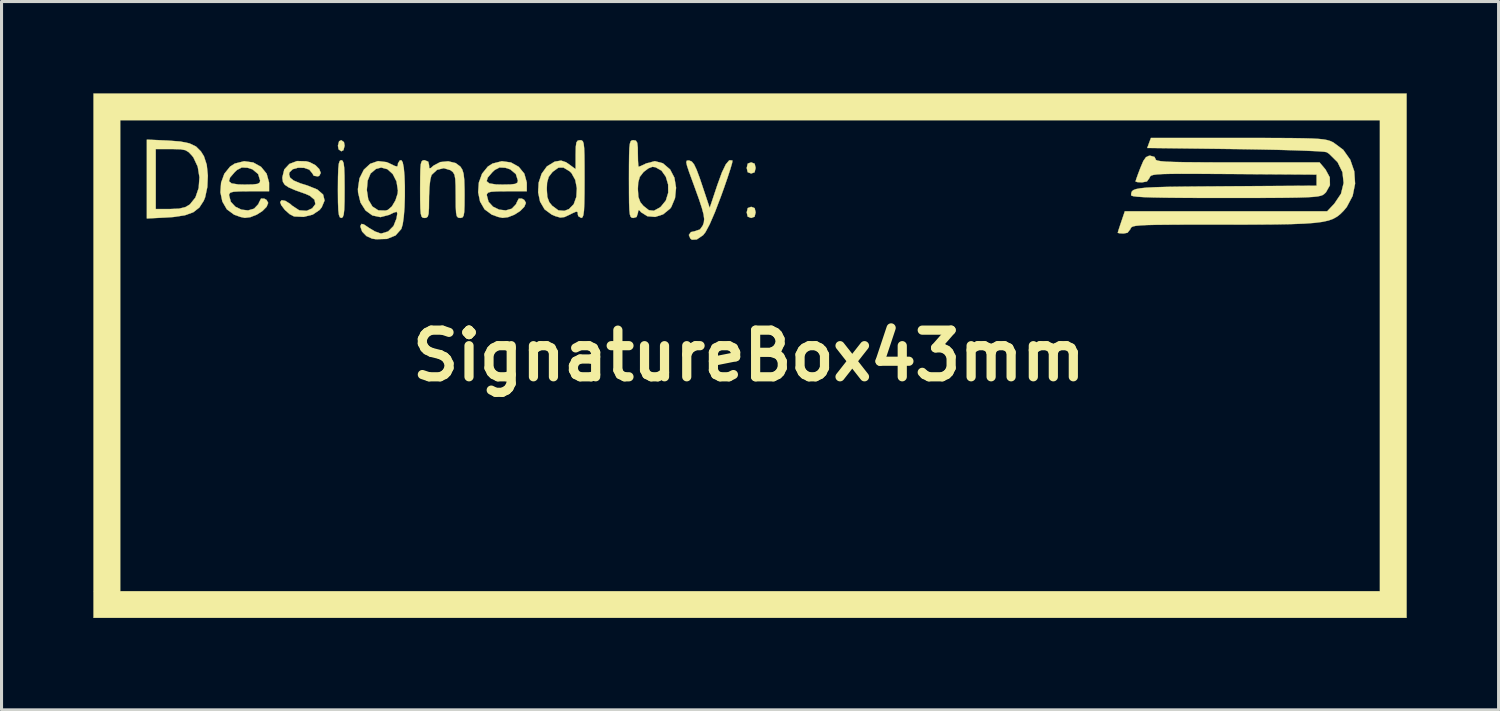
<source format=kicad_pcb>
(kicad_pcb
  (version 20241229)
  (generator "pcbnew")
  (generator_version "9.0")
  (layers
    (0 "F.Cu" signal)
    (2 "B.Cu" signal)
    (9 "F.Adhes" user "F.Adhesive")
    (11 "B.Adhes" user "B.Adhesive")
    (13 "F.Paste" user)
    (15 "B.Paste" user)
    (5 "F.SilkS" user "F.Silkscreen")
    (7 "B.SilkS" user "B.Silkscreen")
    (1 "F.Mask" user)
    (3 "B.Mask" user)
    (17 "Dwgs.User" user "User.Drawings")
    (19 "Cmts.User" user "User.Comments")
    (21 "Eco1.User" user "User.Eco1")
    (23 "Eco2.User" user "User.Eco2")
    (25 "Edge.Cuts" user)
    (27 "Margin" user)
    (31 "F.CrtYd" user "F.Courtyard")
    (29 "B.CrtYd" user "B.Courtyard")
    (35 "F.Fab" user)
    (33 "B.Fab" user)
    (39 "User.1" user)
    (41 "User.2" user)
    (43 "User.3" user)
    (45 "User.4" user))
  (footprint "SignatureBox43mm"
    (layer "F.Cu")
    (at 21.414 8.568)
    (property "Reference" "SignatureBox43mm" (at 0 0 0) (layer "F.SilkS") (effects (font (size 1.524 1.524) (thickness 0.3))))
    (attr through_hole)
    (fp_poly (pts (xy -13.229 -6.976) (xy -13.208 -6.858) (xy -13.246 -6.712) (xy -13.317 -6.677) (xy -13.404 -6.74) (xy -13.426 -6.858) (xy -13.388 -7.004) (xy -13.317 -7.039) (xy -13.229 -6.976)) (stroke (width 0.01) (type solid)) (fill yes) (layer "F.SilkS"))
    (fp_poly (pts (xy 0.186 -6.271) (xy 0.218 -6.132) (xy 0.184 -5.99) (xy 0.073 -5.951) (xy -0.041 -5.993) (xy -0.073 -6.132) (xy -0.039 -6.275) (xy 0.073 -6.314) (xy 0.186 -6.271)) (stroke (width 0.01) (type solid)) (fill yes) (layer "F.SilkS"))
    (fp_poly (pts (xy 0.186 -4.82) (xy 0.218 -4.681) (xy 0.184 -4.539) (xy 0.073 -4.499) (xy -0.041 -4.542) (xy -0.073 -4.681) (xy -0.039 -4.823) (xy 0.073 -4.862) (xy 0.186 -4.82)) (stroke (width 0.01) (type solid)) (fill yes) (layer "F.SilkS"))
    (fp_poly (pts (xy 21.481 8.563) (xy -21.409 8.563) (xy -21.409 -7.693) (xy -20.538 -7.693) (xy -20.538 7.693) (xy 20.61 7.693) (xy 20.61 -7.693) (xy -20.538 -7.693) (xy -21.409 -7.693) (xy -21.409 -8.563) (xy 21.481 -8.563) (xy 21.481 8.563)) (stroke (width 0.01) (type solid)) (fill yes) (layer "F.SilkS"))
    (fp_poly (pts (xy -13.272 -6.365) (xy -13.24 -6.288) (xy -13.221 -6.133) (xy -13.211 -5.878) (xy -13.208 -5.503) (xy -13.208 -5.443) (xy -13.21 -5.05) (xy -13.219 -4.781) (xy -13.237 -4.613) (xy -13.267 -4.527) (xy -13.31 -4.5) (xy -13.317 -4.499) (xy -13.362 -4.52) (xy -13.393 -4.598) (xy -13.413 -4.753) (xy -13.423 -5.008) (xy -13.426 -5.383) (xy -13.426 -5.443) (xy -13.423 -5.836) (xy -13.414 -6.105) (xy -13.396 -6.272) (xy -13.367 -6.359) (xy -13.324 -6.386) (xy -13.317 -6.386) (xy -13.272 -6.365)) (stroke (width 0.01) (type solid)) (fill yes) (layer "F.SilkS"))
    (fp_poly (pts (xy -18.988 -7.027) (xy -18.575 -6.996) (xy -18.276 -6.935) (xy -18.061 -6.832) (xy -17.902 -6.674) (xy -17.802 -6.513) (xy -17.711 -6.235) (xy -17.675 -5.881) (xy -17.692 -5.509) (xy -17.763 -5.176) (xy -17.81 -5.059) (xy -17.953 -4.839) (xy -18.15 -4.685) (xy -18.425 -4.586) (xy -18.805 -4.529) (xy -19.032 -4.514) (xy -19.667 -4.482) (xy -19.667 -6.749) (xy -19.377 -6.749) (xy -19.377 -4.79) (xy -18.915 -4.79) (xy -18.615 -4.803) (xy -18.411 -4.852) (xy -18.263 -4.939) (xy -18.08 -5.168) (xy -17.974 -5.478) (xy -17.949 -5.828) (xy -18.005 -6.173) (xy -18.145 -6.473) (xy -18.19 -6.531) (xy -18.299 -6.647) (xy -18.409 -6.713) (xy -18.567 -6.742) (xy -18.816 -6.749) (xy -18.875 -6.749) (xy -19.377 -6.749) (xy -19.667 -6.749) (xy -19.667 -7.057) (xy -18.988 -7.027)) (stroke (width 0.01) (type solid)) (fill yes) (layer "F.SilkS"))
    (fp_poly (pts (xy -0.55 -6.379) (xy -0.539 -6.369) (xy -0.551 -6.292) (xy -0.606 -6.103) (xy -0.696 -5.825) (xy -0.815 -5.481) (xy -0.91 -5.217) (xy -1.112 -4.686) (xy -1.283 -4.292) (xy -1.42 -4.035) (xy -1.497 -3.937) (xy -1.703 -3.797) (xy -1.861 -3.788) (xy -1.911 -3.822) (xy -1.963 -3.943) (xy -1.895 -4.037) (xy -1.776 -4.064) (xy -1.599 -4.123) (xy -1.509 -4.25) (xy -1.473 -4.35) (xy -1.462 -4.463) (xy -1.481 -4.612) (xy -1.536 -4.819) (xy -1.63 -5.106) (xy -1.771 -5.497) (xy -1.839 -5.684) (xy -1.955 -6.001) (xy -2.023 -6.205) (xy -2.047 -6.32) (xy -2.031 -6.37) (xy -1.978 -6.377) (xy -1.946 -6.373) (xy -1.867 -6.34) (xy -1.793 -6.249) (xy -1.711 -6.077) (xy -1.608 -5.802) (xy -1.536 -5.588) (xy -1.282 -4.826) (xy -1.032 -5.575) (xy -0.884 -5.983) (xy -0.755 -6.251) (xy -0.644 -6.381) (xy -0.55 -6.379)) (stroke (width 0.01) (type solid)) (fill yes) (layer "F.SilkS"))
    (fp_poly (pts (xy -14.462 -6.349) (xy -14.347 -6.319) (xy -14.162 -6.223) (xy -14.036 -6.096) (xy -13.987 -5.969) (xy -14.035 -5.876) (xy -14.081 -5.857) (xy -14.214 -5.877) (xy -14.263 -5.958) (xy -14.361 -6.077) (xy -14.533 -6.137) (xy -14.729 -6.14) (xy -14.904 -6.09) (xy -15.01 -5.987) (xy -15.022 -5.925) (xy -14.989 -5.815) (xy -14.873 -5.721) (xy -14.652 -5.629) (xy -14.425 -5.559) (xy -14.1 -5.428) (xy -13.911 -5.264) (xy -13.862 -5.069) (xy -13.955 -4.848) (xy -14.024 -4.761) (xy -14.247 -4.609) (xy -14.546 -4.534) (xy -14.858 -4.548) (xy -15.003 -4.623) (xy -15.159 -4.762) (xy -15.277 -4.917) (xy -15.313 -5.017) (xy -15.264 -5.079) (xy -15.144 -5.057) (xy -14.989 -4.961) (xy -14.92 -4.899) (xy -14.689 -4.748) (xy -14.446 -4.731) (xy -14.266 -4.813) (xy -14.162 -4.95) (xy -14.191 -5.094) (xy -14.344 -5.224) (xy -14.478 -5.283) (xy -14.813 -5.402) (xy -15.032 -5.496) (xy -15.161 -5.582) (xy -15.222 -5.676) (xy -15.24 -5.795) (xy -15.24 -5.83) (xy -15.178 -6.083) (xy -15.01 -6.264) (xy -14.762 -6.357) (xy -14.462 -6.349)) (stroke (width 0.01) (type solid)) (fill yes) (layer "F.SilkS"))
    (fp_poly (pts (xy -16.193 -6.311) (xy -15.938 -6.169) (xy -15.755 -5.945) (xy -15.676 -5.658) (xy -15.675 -5.619) (xy -15.675 -5.37) (xy -16.329 -5.37) (xy -16.641 -5.367) (xy -16.835 -5.355) (xy -16.938 -5.327) (xy -16.978 -5.279) (xy -16.982 -5.241) (xy -16.925 -5.026) (xy -16.777 -4.866) (xy -16.577 -4.77) (xy -16.361 -4.745) (xy -16.165 -4.802) (xy -16.026 -4.949) (xy -16.002 -5.007) (xy -15.937 -5.132) (xy -15.834 -5.13) (xy -15.758 -5.088) (xy -15.704 -4.991) (xy -15.756 -4.863) (xy -15.889 -4.728) (xy -16.075 -4.608) (xy -16.286 -4.525) (xy -16.466 -4.502) (xy -16.61 -4.532) (xy -16.803 -4.601) (xy -16.821 -4.609) (xy -17.054 -4.781) (xy -17.201 -5.036) (xy -17.264 -5.337) (xy -17.242 -5.651) (xy -17.224 -5.699) (xy -16.986 -5.699) (xy -16.898 -5.627) (xy -16.679 -5.593) (xy -16.474 -5.588) (xy -16.205 -5.593) (xy -16.051 -5.612) (xy -15.981 -5.653) (xy -15.966 -5.719) (xy -16.032 -5.933) (xy -16.215 -6.086) (xy -16.378 -6.139) (xy -16.567 -6.148) (xy -16.722 -6.067) (xy -16.795 -5.999) (xy -16.949 -5.82) (xy -16.986 -5.699) (xy -17.224 -5.699) (xy -17.136 -5.943) (xy -16.947 -6.177) (xy -16.795 -6.275) (xy -16.489 -6.352) (xy -16.193 -6.311)) (stroke (width 0.01) (type solid)) (fill yes) (layer "F.SilkS"))
    (fp_poly (pts (xy -10.476 -6.337) (xy -10.45 -6.23) (xy -10.443 -6.124) (xy -10.398 -6.126) (xy -10.299 -6.21) (xy -10.084 -6.324) (xy -9.825 -6.35) (xy -9.58 -6.291) (xy -9.427 -6.177) (xy -9.362 -6.075) (xy -9.321 -5.939) (xy -9.299 -5.736) (xy -9.29 -5.436) (xy -9.289 -5.253) (xy -9.291 -4.916) (xy -9.3 -4.697) (xy -9.321 -4.572) (xy -9.359 -4.515) (xy -9.418 -4.5) (xy -9.434 -4.499) (xy -9.5 -4.509) (xy -9.543 -4.557) (xy -9.566 -4.668) (xy -9.577 -4.87) (xy -9.579 -5.187) (xy -9.579 -5.223) (xy -9.582 -5.556) (xy -9.593 -5.774) (xy -9.618 -5.909) (xy -9.666 -5.992) (xy -9.741 -6.053) (xy -9.751 -6.06) (xy -9.968 -6.125) (xy -10.188 -6.071) (xy -10.359 -5.912) (xy -10.373 -5.887) (xy -10.409 -5.75) (xy -10.436 -5.512) (xy -10.449 -5.218) (xy -10.45 -5.121) (xy -10.453 -4.82) (xy -10.465 -4.635) (xy -10.494 -4.539) (xy -10.546 -4.504) (xy -10.595 -4.499) (xy -10.655 -4.507) (xy -10.695 -4.547) (xy -10.72 -4.641) (xy -10.734 -4.813) (xy -10.74 -5.085) (xy -10.741 -5.443) (xy -10.739 -5.828) (xy -10.733 -6.091) (xy -10.719 -6.255) (xy -10.692 -6.344) (xy -10.65 -6.38) (xy -10.595 -6.386) (xy -10.476 -6.337)) (stroke (width 0.01) (type solid)) (fill yes) (layer "F.SilkS"))
    (fp_poly (pts (xy -7.774 -6.311) (xy -7.52 -6.169) (xy -7.337 -5.945) (xy -7.258 -5.658) (xy -7.257 -5.619) (xy -7.257 -5.37) (xy -7.91 -5.37) (xy -8.223 -5.367) (xy -8.417 -5.355) (xy -8.52 -5.327) (xy -8.559 -5.279) (xy -8.563 -5.241) (xy -8.506 -5.026) (xy -8.359 -4.866) (xy -8.159 -4.77) (xy -7.942 -4.745) (xy -7.746 -4.802) (xy -7.607 -4.949) (xy -7.584 -5.007) (xy -7.518 -5.132) (xy -7.416 -5.13) (xy -7.34 -5.088) (xy -7.285 -4.991) (xy -7.338 -4.863) (xy -7.471 -4.728) (xy -7.657 -4.608) (xy -7.867 -4.525) (xy -8.048 -4.502) (xy -8.191 -4.532) (xy -8.384 -4.601) (xy -8.403 -4.609) (xy -8.636 -4.781) (xy -8.783 -5.036) (xy -8.845 -5.337) (xy -8.823 -5.651) (xy -8.806 -5.699) (xy -8.568 -5.699) (xy -8.48 -5.627) (xy -8.261 -5.593) (xy -8.055 -5.588) (xy -7.787 -5.593) (xy -7.633 -5.612) (xy -7.563 -5.653) (xy -7.547 -5.719) (xy -7.614 -5.933) (xy -7.797 -6.086) (xy -7.96 -6.139) (xy -8.149 -6.148) (xy -8.303 -6.067) (xy -8.377 -5.999) (xy -8.531 -5.82) (xy -8.568 -5.699) (xy -8.806 -5.699) (xy -8.718 -5.943) (xy -8.529 -6.177) (xy -8.377 -6.275) (xy -8.07 -6.352) (xy -7.774 -6.311)) (stroke (width 0.01) (type solid)) (fill yes) (layer "F.SilkS"))
    (fp_poly (pts (xy -5.463 -7.033) (xy -5.425 -7.001) (xy -5.399 -6.923) (xy -5.383 -6.778) (xy -5.374 -6.548) (xy -5.371 -6.212) (xy -5.37 -5.769) (xy -5.372 -5.305) (xy -5.378 -4.966) (xy -5.389 -4.736) (xy -5.409 -4.593) (xy -5.437 -4.521) (xy -5.476 -4.5) (xy -5.479 -4.499) (xy -5.575 -4.558) (xy -5.588 -4.608) (xy -5.596 -4.692) (xy -5.644 -4.706) (xy -5.768 -4.652) (xy -5.852 -4.609) (xy -6.026 -4.528) (xy -6.163 -4.512) (xy -6.329 -4.56) (xy -6.443 -4.609) (xy -6.676 -4.781) (xy -6.823 -5.034) (xy -6.886 -5.335) (xy -6.88 -5.443) (xy -6.604 -5.443) (xy -6.587 -5.187) (xy -6.523 -5.014) (xy -6.426 -4.895) (xy -6.224 -4.747) (xy -6.027 -4.731) (xy -5.879 -4.789) (xy -5.724 -4.947) (xy -5.638 -5.188) (xy -5.621 -5.469) (xy -5.674 -5.743) (xy -5.798 -5.966) (xy -5.86 -6.025) (xy -6.059 -6.145) (xy -6.224 -6.142) (xy -6.403 -6.012) (xy -6.426 -5.99) (xy -6.541 -5.84) (xy -6.594 -5.655) (xy -6.604 -5.443) (xy -6.88 -5.443) (xy -6.869 -5.65) (xy -6.773 -5.943) (xy -6.6 -6.182) (xy -6.354 -6.333) (xy -6.327 -6.341) (xy -6.136 -6.372) (xy -5.976 -6.319) (xy -5.875 -6.25) (xy -5.661 -6.092) (xy -5.661 -6.566) (xy -5.656 -6.822) (xy -5.636 -6.965) (xy -5.591 -7.026) (xy -5.515 -7.039) (xy -5.463 -7.033)) (stroke (width 0.01) (type solid)) (fill yes) (layer "F.SilkS"))
    (fp_poly (pts (xy -3.693 -7.024) (xy -3.649 -6.954) (xy -3.631 -6.797) (xy -3.629 -6.604) (xy -3.625 -6.374) (xy -3.615 -6.217) (xy -3.603 -6.169) (xy -3.528 -6.198) (xy -3.378 -6.269) (xy -3.355 -6.28) (xy -3.073 -6.354) (xy -2.81 -6.284) (xy -2.576 -6.083) (xy -2.435 -5.814) (xy -2.381 -5.484) (xy -2.415 -5.147) (xy -2.536 -4.857) (xy -2.578 -4.801) (xy -2.805 -4.616) (xy -3.064 -4.533) (xy -3.317 -4.555) (xy -3.524 -4.685) (xy -3.573 -4.746) (xy -3.614 -4.753) (xy -3.627 -4.663) (xy -3.671 -4.53) (xy -3.774 -4.499) (xy -3.826 -4.506) (xy -3.864 -4.538) (xy -3.89 -4.616) (xy -3.906 -4.76) (xy -3.915 -4.991) (xy -3.918 -5.326) (xy -3.918 -5.443) (xy -3.629 -5.443) (xy -3.612 -5.187) (xy -3.548 -5.014) (xy -3.45 -4.895) (xy -3.269 -4.752) (xy -3.105 -4.734) (xy -2.913 -4.839) (xy -2.879 -4.865) (xy -2.715 -5.068) (xy -2.637 -5.322) (xy -2.64 -5.592) (xy -2.715 -5.845) (xy -2.855 -6.044) (xy -3.053 -6.156) (xy -3.155 -6.169) (xy -3.284 -6.12) (xy -3.438 -6.003) (xy -3.45 -5.99) (xy -3.566 -5.84) (xy -3.618 -5.655) (xy -3.629 -5.443) (xy -3.918 -5.443) (xy -3.919 -5.769) (xy -3.918 -6.226) (xy -3.914 -6.558) (xy -3.906 -6.785) (xy -3.889 -6.926) (xy -3.863 -7.003) (xy -3.824 -7.034) (xy -3.774 -7.039) (xy -3.693 -7.024)) (stroke (width 0.01) (type solid)) (fill yes) (layer "F.SilkS"))
    (fp_poly (pts (xy -11.311 -6.319) (xy -11.275 -6.137) (xy -11.252 -5.869) (xy -11.24 -5.546) (xy -11.24 -5.197) (xy -11.251 -4.852) (xy -11.275 -4.541) (xy -11.31 -4.293) (xy -11.355 -4.141) (xy -11.543 -3.928) (xy -11.824 -3.814) (xy -12.182 -3.804) (xy -12.311 -3.824) (xy -12.494 -3.908) (xy -12.635 -4.053) (xy -12.691 -4.212) (xy -12.688 -4.244) (xy -12.656 -4.305) (xy -12.578 -4.287) (xy -12.423 -4.183) (xy -12.414 -4.176) (xy -12.219 -4.059) (xy -12.043 -3.995) (xy -12.005 -3.991) (xy -11.786 -4.058) (xy -11.61 -4.235) (xy -11.512 -4.481) (xy -11.486 -4.643) (xy -11.506 -4.702) (xy -11.603 -4.673) (xy -11.752 -4.6) (xy -12.036 -4.526) (xy -12.301 -4.581) (xy -12.525 -4.745) (xy -12.688 -5.002) (xy -12.768 -5.334) (xy -12.771 -5.408) (xy -12.482 -5.408) (xy -12.434 -5.1) (xy -12.301 -4.874) (xy -12.106 -4.747) (xy -11.868 -4.74) (xy -11.796 -4.762) (xy -11.664 -4.874) (xy -11.547 -5.072) (xy -11.475 -5.296) (xy -11.466 -5.392) (xy -11.512 -5.691) (xy -11.634 -5.932) (xy -11.808 -6.091) (xy -12.013 -6.146) (xy -12.184 -6.1) (xy -12.36 -5.95) (xy -12.456 -5.717) (xy -12.482 -5.408) (xy -12.771 -5.408) (xy -12.773 -5.443) (xy -12.721 -5.793) (xy -12.58 -6.074) (xy -12.372 -6.267) (xy -12.117 -6.356) (xy -11.836 -6.322) (xy -11.752 -6.286) (xy -11.575 -6.2) (xy -11.492 -6.178) (xy -11.468 -6.218) (xy -11.466 -6.277) (xy -11.408 -6.374) (xy -11.357 -6.386) (xy -11.311 -6.319)) (stroke (width 0.01) (type solid)) (fill yes) (layer "F.SilkS"))
    (fp_poly (pts (xy 16.685 -7.112) (xy 17.273 -7.11) (xy 17.746 -7.107) (xy 18.118 -7.101) (xy 18.405 -7.093) (xy 18.62 -7.08) (xy 18.779 -7.063) (xy 18.897 -7.04) (xy 18.988 -7.012) (xy 19.067 -6.976) (xy 19.089 -6.965) (xy 19.412 -6.725) (xy 19.641 -6.401) (xy 19.772 -6.022) (xy 19.799 -5.618) (xy 19.719 -5.219) (xy 19.526 -4.855) (xy 19.424 -4.733) (xy 19.32 -4.629) (xy 19.212 -4.543) (xy 19.086 -4.472) (xy 18.93 -4.415) (xy 18.729 -4.371) (xy 18.47 -4.338) (xy 18.139 -4.314) (xy 17.723 -4.298) (xy 17.208 -4.288) (xy 16.58 -4.283) (xy 15.826 -4.282) (xy 15.489 -4.282) (xy 14.753 -4.282) (xy 14.148 -4.281) (xy 13.662 -4.278) (xy 13.281 -4.274) (xy 12.993 -4.267) (xy 12.783 -4.256) (xy 12.64 -4.242) (xy 12.549 -4.223) (xy 12.498 -4.199) (xy 12.472 -4.169) (xy 12.461 -4.137) (xy 12.367 -4.016) (xy 12.235 -3.991) (xy 12.095 -3.999) (xy 12.047 -4.015) (xy 12.068 -4.091) (xy 12.123 -4.259) (xy 12.163 -4.378) (xy 12.278 -4.717) (xy 18.888 -4.717) (xy 19.123 -4.967) (xy 19.339 -5.289) (xy 19.425 -5.641) (xy 19.387 -5.994) (xy 19.227 -6.321) (xy 18.952 -6.593) (xy 18.869 -6.648) (xy 18.774 -6.663) (xy 18.551 -6.679) (xy 18.214 -6.694) (xy 17.782 -6.71) (xy 17.269 -6.724) (xy 16.692 -6.736) (xy 16.068 -6.747) (xy 15.885 -6.749) (xy 13.01 -6.785) (xy 13.07 -6.949) (xy 13.131 -7.112) (xy 15.966 -7.112) (xy 16.685 -7.112)) (stroke (width 0.01) (type solid)) (fill yes) (layer "F.SilkS"))
    (fp_poly (pts (xy 13.248 -6.492) (xy 13.281 -6.423) (xy 13.295 -6.394) (xy 13.349 -6.371) (xy 13.454 -6.353) (xy 13.624 -6.338) (xy 13.872 -6.328) (xy 14.212 -6.321) (xy 14.656 -6.317) (xy 15.218 -6.314) (xy 15.911 -6.314) (xy 15.959 -6.314) (xy 18.638 -6.314) (xy 18.832 -6.083) (xy 18.972 -5.826) (xy 18.977 -5.568) (xy 18.848 -5.337) (xy 18.788 -5.28) (xy 18.741 -5.248) (xy 18.674 -5.223) (xy 18.572 -5.202) (xy 18.424 -5.186) (xy 18.214 -5.174) (xy 17.931 -5.165) (xy 17.559 -5.159) (xy 17.087 -5.155) (xy 16.5 -5.153) (xy 15.785 -5.153) (xy 15.559 -5.153) (xy 14.778 -5.153) (xy 14.133 -5.156) (xy 13.611 -5.161) (xy 13.202 -5.169) (xy 12.897 -5.179) (xy 12.683 -5.193) (xy 12.551 -5.21) (xy 12.491 -5.231) (xy 12.483 -5.243) (xy 12.488 -5.309) (xy 12.507 -5.363) (xy 12.554 -5.407) (xy 12.642 -5.441) (xy 12.784 -5.468) (xy 12.992 -5.489) (xy 13.28 -5.503) (xy 13.66 -5.514) (xy 14.145 -5.521) (xy 14.748 -5.527) (xy 15.482 -5.532) (xy 15.57 -5.533) (xy 18.542 -5.552) (xy 18.542 -5.915) (xy 15.832 -5.934) (xy 15.134 -5.938) (xy 14.567 -5.941) (xy 14.118 -5.942) (xy 13.772 -5.939) (xy 13.515 -5.933) (xy 13.334 -5.922) (xy 13.215 -5.906) (xy 13.144 -5.885) (xy 13.106 -5.857) (xy 13.089 -5.822) (xy 13.084 -5.807) (xy 13 -5.691) (xy 12.837 -5.661) (xy 12.687 -5.67) (xy 12.627 -5.69) (xy 12.651 -5.769) (xy 12.713 -5.942) (xy 12.783 -6.126) (xy 12.882 -6.36) (xy 12.969 -6.484) (xy 13.067 -6.529) (xy 13.109 -6.531) (xy 13.248 -6.492)) (stroke (width 0.01) (type solid)) (fill yes) (layer "F.SilkS")))
  (gr_rect
    (start -3 -3)
    (end 45.9 20.137)
    (stroke (width 0.1) (type default))
    (fill no)
    (layer "Edge.Cuts")))
</source>
